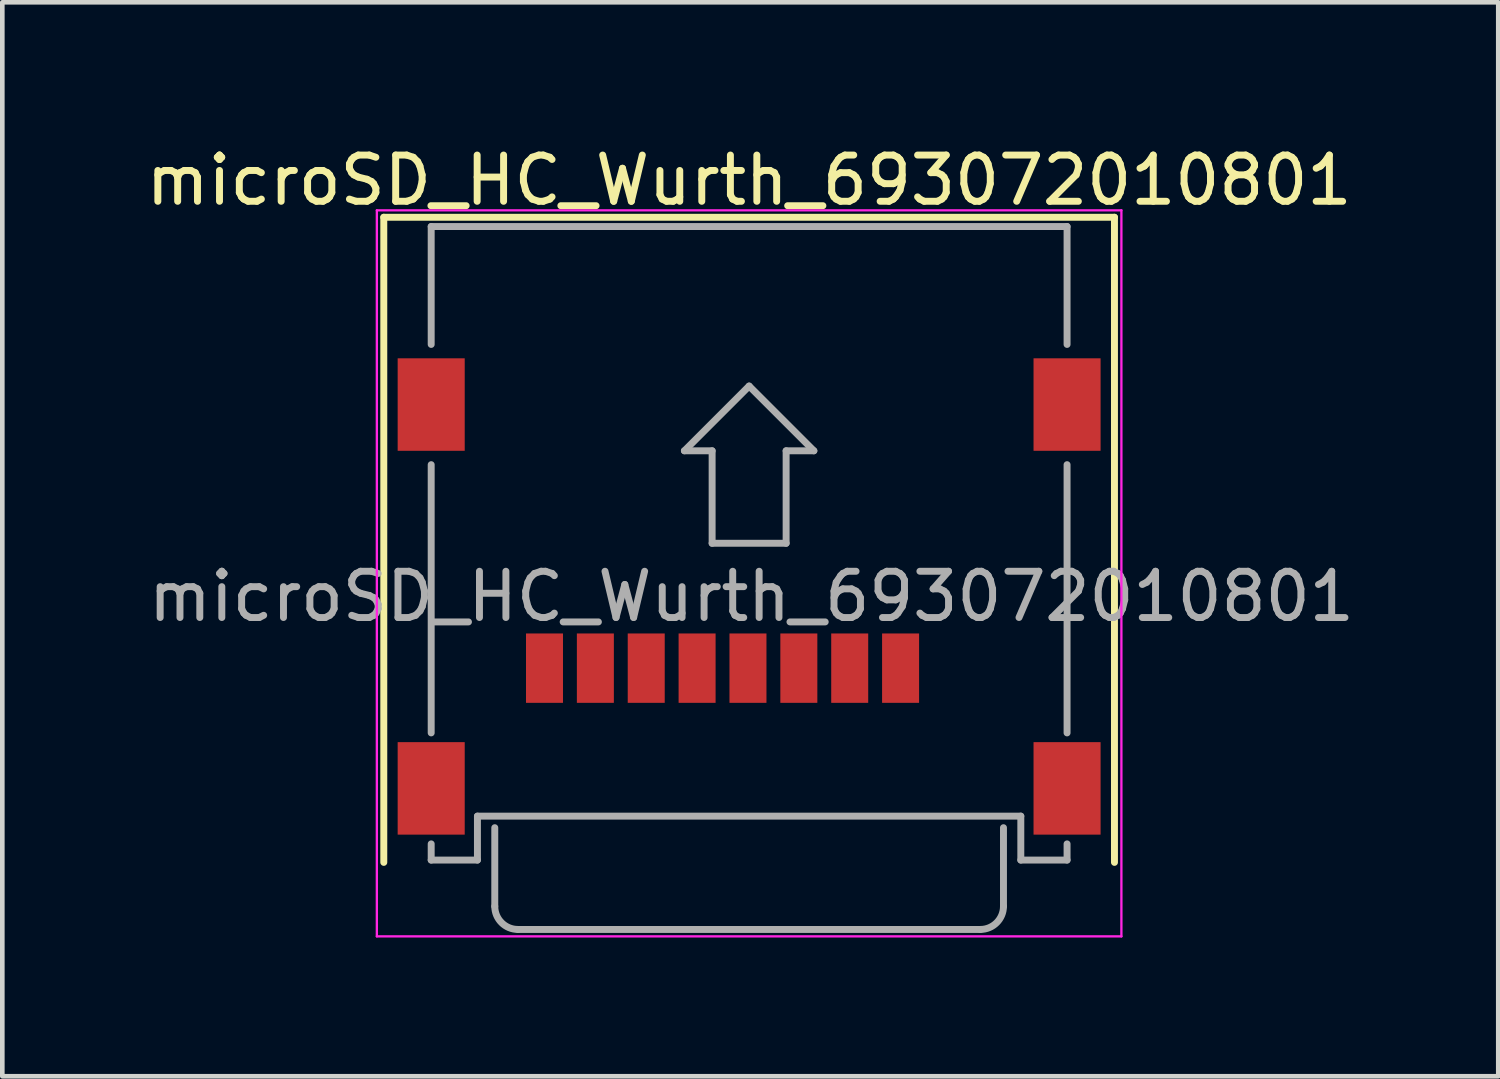
<source format=kicad_pcb>
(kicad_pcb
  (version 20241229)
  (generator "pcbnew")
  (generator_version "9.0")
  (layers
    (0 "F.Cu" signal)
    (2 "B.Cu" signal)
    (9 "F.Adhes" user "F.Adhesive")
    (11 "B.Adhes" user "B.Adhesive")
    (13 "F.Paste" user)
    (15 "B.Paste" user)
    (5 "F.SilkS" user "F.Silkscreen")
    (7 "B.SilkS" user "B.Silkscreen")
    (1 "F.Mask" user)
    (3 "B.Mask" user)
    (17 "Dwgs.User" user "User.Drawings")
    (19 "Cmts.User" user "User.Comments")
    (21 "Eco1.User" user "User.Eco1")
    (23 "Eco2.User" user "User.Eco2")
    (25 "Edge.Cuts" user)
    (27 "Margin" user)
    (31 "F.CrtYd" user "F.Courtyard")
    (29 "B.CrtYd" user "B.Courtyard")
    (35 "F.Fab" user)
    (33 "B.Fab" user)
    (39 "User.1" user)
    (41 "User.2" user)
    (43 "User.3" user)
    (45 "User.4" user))
  (footprint "microSD_HC_Wurth_693072010801"
    (layer "F.Cu")
    (at 13.149 9.848)
    (property "Reference" "microSD_HC_Wurth_693072010801" (at 0 -9 0) (layer "F.SilkS") (effects (font (size 1 1) (thickness 0.15))))
    (attr smd)
    (fp_line (start -7.9 -8.2) (end -7.9 5.75) (stroke (width 0.15) (type solid)) (layer "F.SilkS"))
    (fp_line (start 7.9 -8.2) (end -7.9 -8.2) (stroke (width 0.15) (type solid)) (layer "F.SilkS"))
    (fp_line (start 7.9 5.75) (end 7.9 -8.2) (stroke (width 0.15) (type solid)) (layer "F.SilkS"))
    (fp_line (start -8.05 -8.35) (end 8.05 -8.35) (stroke (width 0.05) (type solid)) (layer "F.CrtYd"))
    (fp_line (start -8.05 7.35) (end -8.05 -8.35) (stroke (width 0.05) (type solid)) (layer "F.CrtYd"))
    (fp_line (start 8.05 -8.35) (end 8.05 7.35) (stroke (width 0.05) (type solid)) (layer "F.CrtYd"))
    (fp_line (start 8.05 7.35) (end -8.05 7.35) (stroke (width 0.05) (type solid)) (layer "F.CrtYd"))
    (fp_line (start -6.875 -8) (end -6.875 -5.45) (stroke (width 0.15) (type solid)) (layer "F.Fab"))
    (fp_line (start -6.875 -2.85) (end -6.875 2.95) (stroke (width 0.15) (type solid)) (layer "F.Fab"))
    (fp_line (start -6.875 5.7) (end -6.875 5.35) (stroke (width 0.15) (type solid)) (layer "F.Fab"))
    (fp_line (start -5.875 4.75) (end -5.875 5.7) (stroke (width 0.15) (type solid)) (layer "F.Fab"))
    (fp_line (start -5.875 5.7) (end -6.875 5.7) (stroke (width 0.15) (type solid)) (layer "F.Fab"))
    (fp_line (start -5.5 6.7) (end -5.5 5) (stroke (width 0.15) (type solid)) (layer "F.Fab"))
    (fp_line (start -1.4 -3.15) (end 0 -4.55) (stroke (width 0.15) (type solid)) (layer "F.Fab"))
    (fp_line (start -0.8 -3.15) (end -1.4 -3.15) (stroke (width 0.15) (type solid)) (layer "F.Fab"))
    (fp_line (start -0.8 -1.15) (end -0.8 -3.15) (stroke (width 0.15) (type solid)) (layer "F.Fab"))
    (fp_line (start 0 -4.55) (end 1.4 -3.15) (stroke (width 0.15) (type solid)) (layer "F.Fab"))
    (fp_line (start 0.8 -3.15) (end 0.8 -1.15) (stroke (width 0.15) (type solid)) (layer "F.Fab"))
    (fp_line (start 0.8 -1.15) (end -0.8 -1.15) (stroke (width 0.15) (type solid)) (layer "F.Fab"))
    (fp_line (start 1.4 -3.15) (end 0.8 -3.15) (stroke (width 0.15) (type solid)) (layer "F.Fab"))
    (fp_line (start 5 7.2) (end -5 7.2) (stroke (width 0.15) (type solid)) (layer "F.Fab"))
    (fp_line (start 5.5 6.7) (end 5.5 5) (stroke (width 0.15) (type solid)) (layer "F.Fab"))
    (fp_line (start 5.875 4.75) (end -5.875 4.75) (stroke (width 0.15) (type solid)) (layer "F.Fab"))
    (fp_line (start 5.875 5.7) (end 5.875 4.75) (stroke (width 0.15) (type solid)) (layer "F.Fab"))
    (fp_line (start 6.875 -8) (end -6.875 -8) (stroke (width 0.15) (type solid)) (layer "F.Fab"))
    (fp_line (start 6.875 -5.45) (end 6.875 -8) (stroke (width 0.15) (type solid)) (layer "F.Fab"))
    (fp_line (start 6.875 -2.85) (end 6.875 2.95) (stroke (width 0.15) (type solid)) (layer "F.Fab"))
    (fp_line (start 6.875 5.35) (end 6.875 5.7) (stroke (width 0.15) (type solid)) (layer "F.Fab"))
    (fp_line (start 6.875 5.7) (end 5.875 5.7) (stroke (width 0.15) (type solid)) (layer "F.Fab"))
    (fp_arc (start -5 7.2) (mid -5.353553 7.053553) (end -5.5 6.7) (stroke (width 0.15) (type solid)) (layer "F.Fab"))
    (fp_arc (start 5.5 6.7) (mid 5.353553 7.053553) (end 5 7.2) (stroke (width 0.15) (type solid)) (layer "F.Fab"))
    (fp_text user "${REFERENCE}" (at 0.05 0 0) (layer "F.Fab") (effects (font (size 1 1) (thickness 0.15))))
    (pad "1" smd rect (at 3.275 1.55) (size 0.8 1.5) (layers "F.Cu" "F.Mask" "F.Paste"))
    (pad "2" smd rect (at 2.175 1.55) (size 0.8 1.5) (layers "F.Cu" "F.Mask" "F.Paste"))
    (pad "3" smd rect (at 1.075 1.55) (size 0.8 1.5) (layers "F.Cu" "F.Mask" "F.Paste"))
    (pad "4" smd rect (at -0.025 1.55) (size 0.8 1.5) (layers "F.Cu" "F.Mask" "F.Paste"))
    (pad "5" smd rect (at -1.125 1.55) (size 0.8 1.5) (layers "F.Cu" "F.Mask" "F.Paste"))
    (pad "6" smd rect (at -2.225 1.55) (size 0.8 1.5) (layers "F.Cu" "F.Mask" "F.Paste"))
    (pad "7" smd rect (at -3.325 1.55) (size 0.8 1.5) (layers "F.Cu" "F.Mask" "F.Paste"))
    (pad "8" smd rect (at -4.425 1.55) (size 0.8 1.5) (layers "F.Cu" "F.Mask" "F.Paste"))
    (pad "9" smd rect (at -6.875 -4.15) (size 1.45 2) (layers "F.Cu" "F.Mask" "F.Paste"))
    (pad "9" smd rect (at -6.875 4.15) (size 1.45 2) (layers "F.Cu" "F.Mask" "F.Paste"))
    (pad "9" smd rect (at 6.875 -4.15) (size 1.45 2) (layers "F.Cu" "F.Mask" "F.Paste"))
    (pad "9" smd rect (at 6.875 4.15) (size 1.45 2) (layers "F.Cu" "F.Mask" "F.Paste")))
  (gr_rect
    (start -3 -3)
    (end 29.348 20.223)
    (stroke (width 0.1) (type default))
    (fill no)
    (layer "Edge.Cuts")))
</source>
